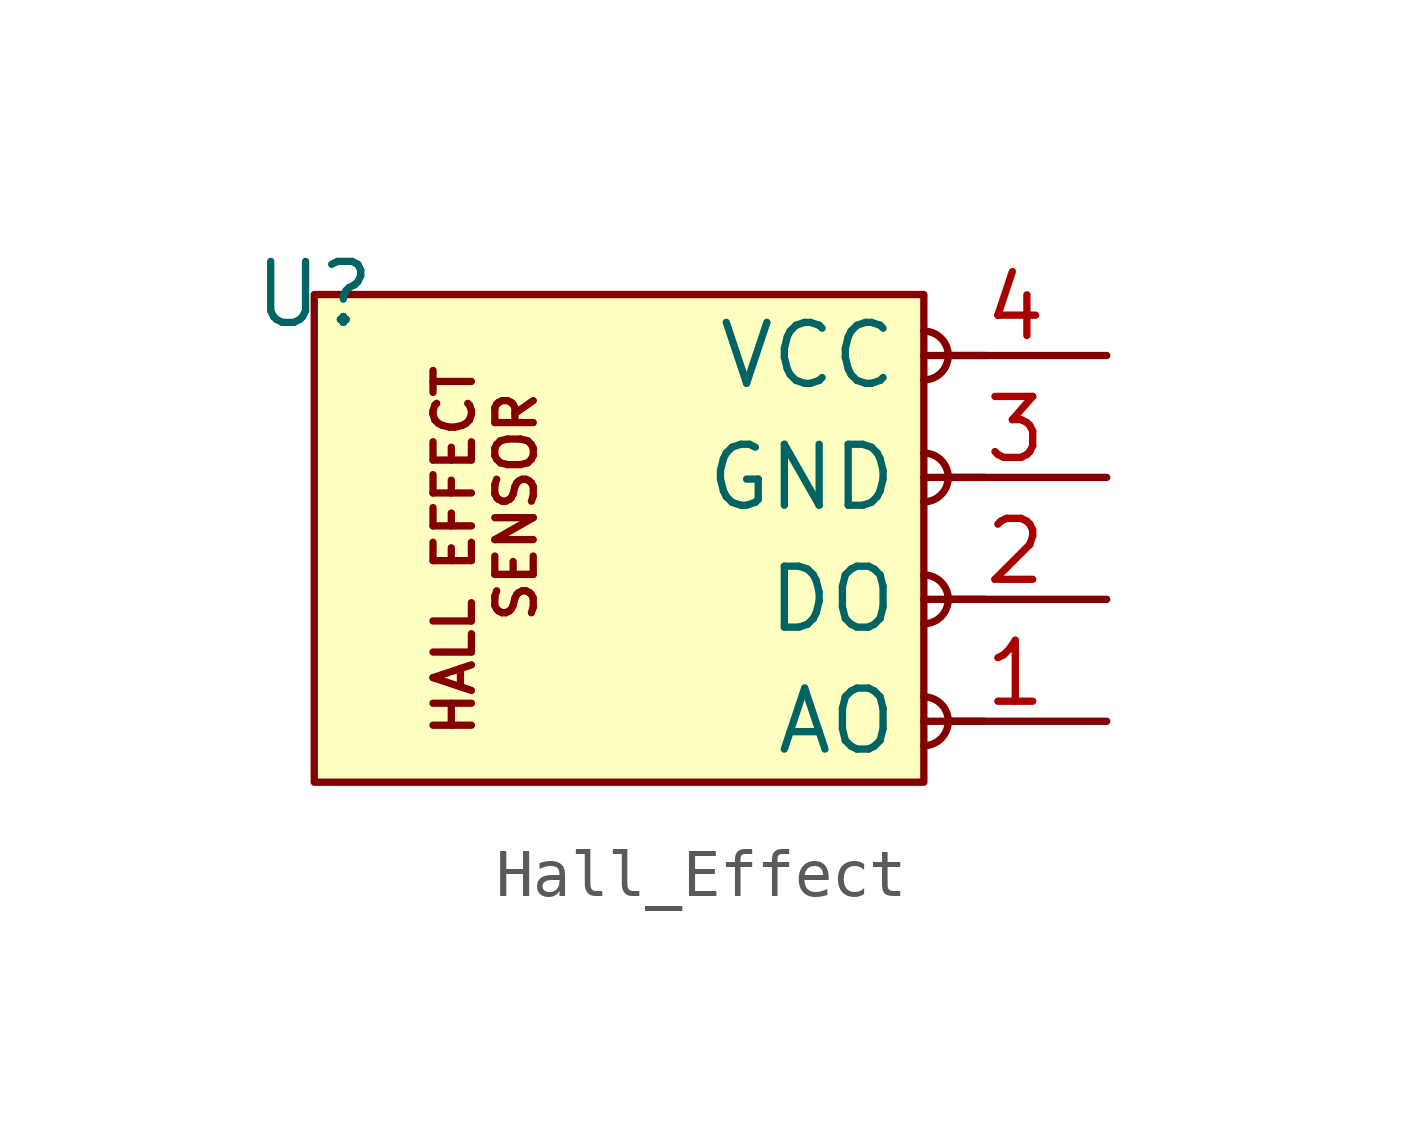
<source format=kicad_sym>
(kicad_symbol_lib
  (version 20241209)
  (generator "kicad_symbol_editor")
  (generator_version "9.0")
  (symbol "Hall_Effect"
    (power)
    (property "Reference" "U"
      (at 0 0 0)
      (effects (font (size 1.27 1.27))))
    (property "Value" ""
      (at 0 0 0)
      (effects (font (size 1.27 1.27))))
    (symbol "Hall_Effect_1_1"
      (rectangle (start 0 0) (end 12.7 -10.16) (stroke (width 0) (type solid)) (fill (type background)))
      (arc (start 12.7 -0.762) (mid 13.2058 -1.27) (end 12.7 -1.778) (stroke (width 0.1524) (type default)) (fill (type none)))
      (arc (start 12.7 -3.302) (mid 13.2058 -3.81) (end 12.7 -4.318) (stroke (width 0.1524) (type default)) (fill (type none)))
      (arc (start 12.7 -5.842) (mid 13.2058 -6.35) (end 12.7 -6.858) (stroke (width 0.1524) (type default)) (fill (type none)))
      (arc (start 12.7 -8.382) (mid 13.2058 -8.89) (end 12.7 -9.398) (stroke (width 0.1524) (type default)) (fill (type none)))
      (polyline (pts (xy 13.97 -1.27) (xy 13.208 -1.27)) (stroke (width 0.152) (type default)) (fill (type none)))
      (polyline (pts (xy 13.97 -3.81) (xy 13.208 -3.81)) (stroke (width 0.152) (type default)) (fill (type none)))
      (polyline (pts (xy 13.97 -6.35) (xy 13.208 -6.35)) (stroke (width 0.152) (type default)) (fill (type none)))
      (polyline (pts (xy 13.97 -8.89) (xy 13.208 -8.89)) (stroke (width 0.152) (type default)) (fill (type none)))
      (text "HALL EFFECT\n   SENSOR\n" (at 3.556 -5.334 900) (effects (font (size 0.8 0.8))))
      (pin power_in line (at 16.51 -1.27 180) (length 3.81) (name "VCC" (effects (font (size 1.27 1.27)))) (number "4" (effects (font (size 1.27 1.27)))))
      (pin power_in line (at 16.51 -3.81 180) (length 3.81) (name "GND" (effects (font (size 1.27 1.27)))) (number "3" (effects (font (size 1.27 1.27)))))
      (pin bidirectional line (at 16.51 -6.35 180) (length 3.81) (name "DO" (effects (font (size 1.27 1.27)))) (number "2" (effects (font (size 1.27 1.27)))))
      (pin bidirectional line (at 16.51 -8.89 180) (length 3.81) (name "AO" (effects (font (size 1.27 1.27)))) (number "1" (effects (font (size 1.27 1.27))))))))
</source>
